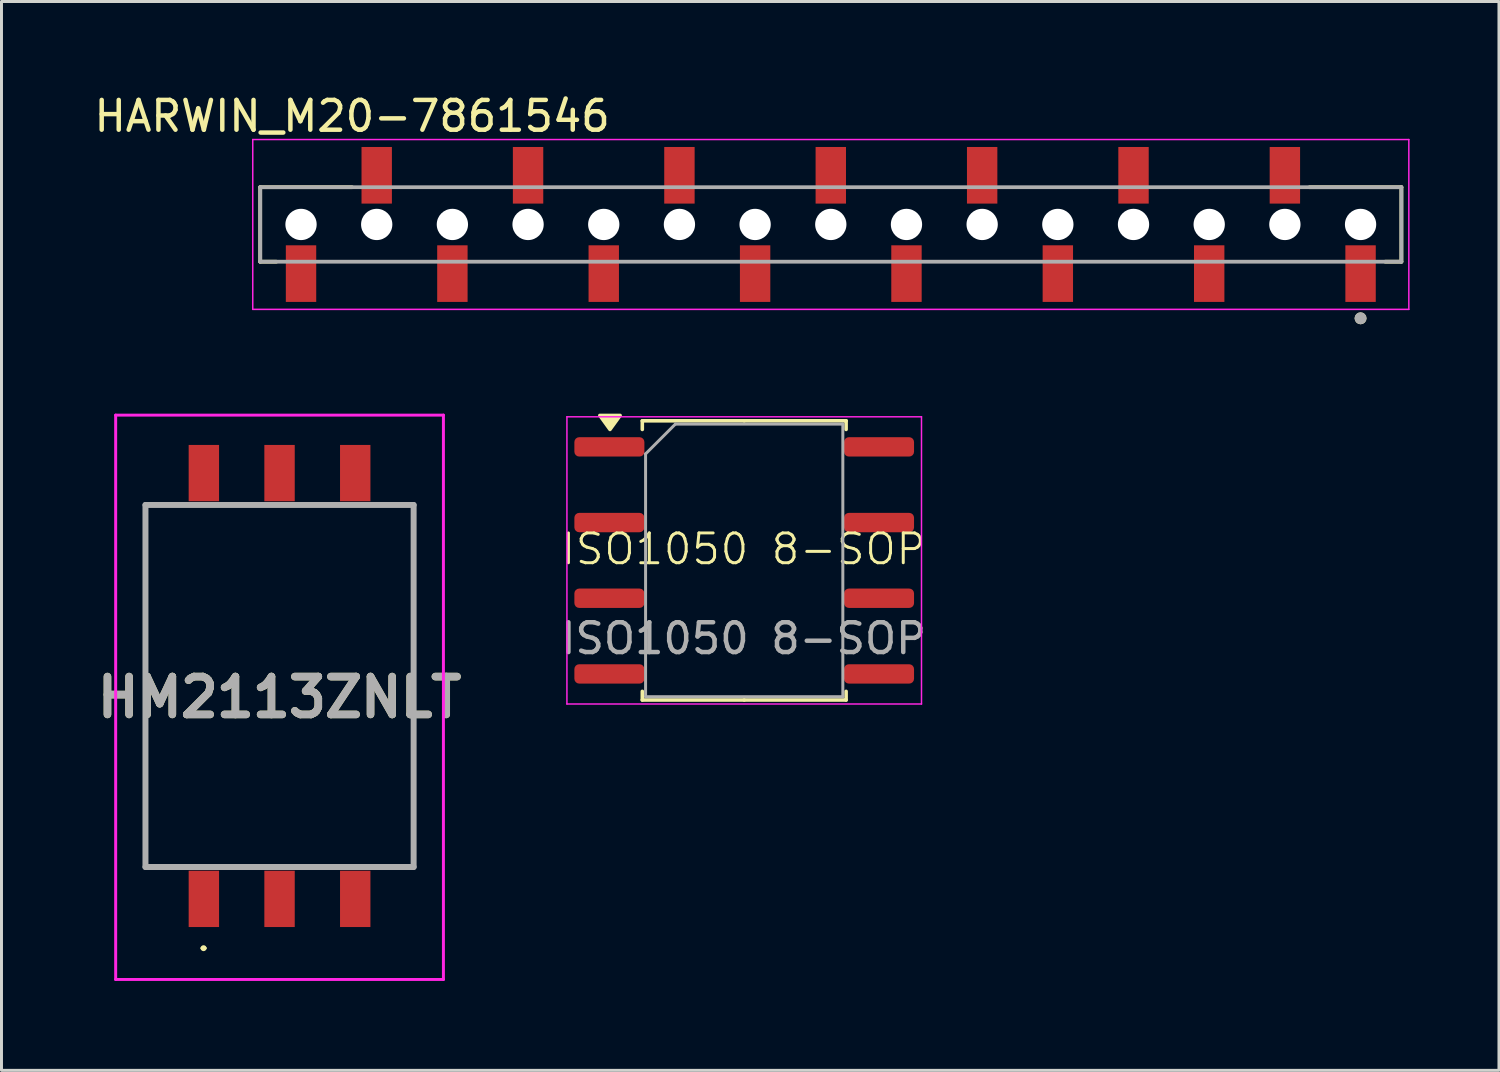
<source format=kicad_pcb>
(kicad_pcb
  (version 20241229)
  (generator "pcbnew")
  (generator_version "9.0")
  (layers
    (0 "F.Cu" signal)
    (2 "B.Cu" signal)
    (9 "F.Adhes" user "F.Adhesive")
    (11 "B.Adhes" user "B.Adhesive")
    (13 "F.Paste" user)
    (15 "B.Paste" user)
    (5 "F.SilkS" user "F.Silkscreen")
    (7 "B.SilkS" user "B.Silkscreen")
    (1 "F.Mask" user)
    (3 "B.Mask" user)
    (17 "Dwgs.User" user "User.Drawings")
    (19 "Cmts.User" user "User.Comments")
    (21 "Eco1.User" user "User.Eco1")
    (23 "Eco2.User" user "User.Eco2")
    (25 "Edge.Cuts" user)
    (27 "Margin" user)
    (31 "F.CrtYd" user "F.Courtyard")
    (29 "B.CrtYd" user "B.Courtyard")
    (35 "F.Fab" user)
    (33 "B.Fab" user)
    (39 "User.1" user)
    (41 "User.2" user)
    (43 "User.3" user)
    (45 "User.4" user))
  (footprint "ISO1050 8-SOP"
    (layer "F.Cu")
    (at 21.908 15.879)
    (property "Reference" "ISO1050 8-SOP" (at 0 -0.5 0) (unlocked yes) (layer "F.SilkS") (effects (font (size 1 1) (thickness 0.1))))
    (attr smd)
    (fp_line (start -3.401 -4.806) (end -3.401 -4.516) (stroke (width 0.12) (type solid)) (layer "F.SilkS"))
    (fp_line (start -3.401 4.564) (end -3.401 4.274) (stroke (width 0.12) (type solid)) (layer "F.SilkS"))
    (fp_line (start 0.019 -4.806) (end -3.401 -4.806) (stroke (width 0.12) (type solid)) (layer "F.SilkS"))
    (fp_line (start 0.019 -4.806) (end 3.439 -4.806) (stroke (width 0.12) (type solid)) (layer "F.SilkS"))
    (fp_line (start 0.019 4.564) (end -3.401 4.564) (stroke (width 0.12) (type solid)) (layer "F.SilkS"))
    (fp_line (start 0.019 4.564) (end 3.439 4.564) (stroke (width 0.12) (type solid)) (layer "F.SilkS"))
    (fp_line (start 3.439 -4.806) (end 3.439 -4.516) (stroke (width 0.12) (type solid)) (layer "F.SilkS"))
    (fp_line (start 3.439 4.564) (end 3.439 4.274) (stroke (width 0.12) (type solid)) (layer "F.SilkS"))
    (fp_poly (pts (xy -4.486 -4.516) (xy -4.826 -4.986) (xy -4.146 -4.986) (xy -4.486 -4.516)) (stroke (width 0.12) (type solid)) (fill yes) (layer "F.SilkS"))
    (fp_line (start -5.931 -4.941) (end -5.931 4.699) (stroke (width 0.05) (type solid)) (layer "F.CrtYd"))
    (fp_line (start -5.931 4.699) (end 5.969 4.699) (stroke (width 0.05) (type solid)) (layer "F.CrtYd"))
    (fp_line (start 5.969 -4.941) (end -5.931 -4.941) (stroke (width 0.05) (type solid)) (layer "F.CrtYd"))
    (fp_line (start 5.969 4.699) (end 5.969 -4.941) (stroke (width 0.05) (type solid)) (layer "F.CrtYd"))
    (fp_line (start -3.291 -3.696) (end -2.291 -4.696) (stroke (width 0.1) (type solid)) (layer "F.Fab"))
    (fp_line (start -3.291 4.454) (end -3.291 -3.696) (stroke (width 0.1) (type solid)) (layer "F.Fab"))
    (fp_line (start -2.291 -4.696) (end 3.329 -4.696) (stroke (width 0.1) (type solid)) (layer "F.Fab"))
    (fp_line (start 3.329 -4.696) (end 3.329 4.454) (stroke (width 0.1) (type solid)) (layer "F.Fab"))
    (fp_line (start 3.329 4.454) (end -3.291 4.454) (stroke (width 0.1) (type solid)) (layer "F.Fab"))
    (fp_text user "${REFERENCE}" (at 0 2.5 0) (unlocked yes) (layer "F.Fab") (effects (font (size 1 1) (thickness 0.15))))
    (pad "1" smd roundrect (at -4.506 -3.931) (size 2.35 0.65) (layers "F.Cu" "F.Mask" "F.Paste") (roundrect_rratio 0.25))
    (pad "2" smd roundrect (at -4.506 -1.391) (size 2.35 0.65) (layers "F.Cu" "F.Mask" "F.Paste") (roundrect_rratio 0.25))
    (pad "3" smd roundrect (at -4.506 1.149) (size 2.35 0.65) (layers "F.Cu" "F.Mask" "F.Paste") (roundrect_rratio 0.25))
    (pad "4" smd roundrect (at -4.506 3.689) (size 2.35 0.65) (layers "F.Cu" "F.Mask" "F.Paste") (roundrect_rratio 0.25))
    (pad "5" smd roundrect (at 4.544 3.689) (size 2.35 0.65) (layers "F.Cu" "F.Mask" "F.Paste") (roundrect_rratio 0.25))
    (pad "6" smd roundrect (at 4.544 1.149) (size 2.35 0.65) (layers "F.Cu" "F.Mask" "F.Paste") (roundrect_rratio 0.25))
    (pad "7" smd roundrect (at 4.544 -1.391) (size 2.35 0.65) (layers "F.Cu" "F.Mask" "F.Paste") (roundrect_rratio 0.25))
    (pad "8" smd roundrect (at 4.544 -3.931) (size 2.35 0.65) (layers "F.Cu" "F.Mask" "F.Paste") (roundrect_rratio 0.25))
    (zone (net_name "") (layers "F.Cu" "B.Cu") (name "ISO1050 NoTrace Zone") (hatch full 0.5) (connect_pads) (min_thickness 0.25) (filled_areas_thickness no) (keepout (tracks not_allowed) (vias not_allowed) (pads not_allowed) (copperpour not_allowed) (footprints not_allowed)) (placement (enabled no)) (fill) (polygon (pts (xy 18.507 11.073) (xy 25.347 11.073) (xy 25.347 20.443) (xy 18.507 20.443)))))
  (footprint "HARWIN_M20-7861546"
    (layer "F.Cu")
    (at 24.833 4.483)
    (property "Reference" "HARWIN_M20-7861546" (at -16.065 -3.635 0) (layer "F.SilkS") (effects (font (size 1 1) (thickness 0.15))))
    (attr smd)
    (fp_line (start -19.15 -1.25) (end -16.07 -1.25) (stroke (width 0.127) (type solid)) (layer "F.SilkS"))
    (fp_line (start -19.15 1.25) (end -19.15 -1.25) (stroke (width 0.127) (type solid)) (layer "F.SilkS"))
    (fp_line (start -18.61 1.25) (end -19.15 1.25) (stroke (width 0.127) (type solid)) (layer "F.SilkS"))
    (fp_line (start 16.07 -1.25) (end 19.15 -1.25) (stroke (width 0.127) (type solid)) (layer "F.SilkS"))
    (fp_line (start 19.15 -1.25) (end 19.15 1.25) (stroke (width 0.127) (type solid)) (layer "F.SilkS"))
    (fp_line (start 19.15 1.25) (end 18.61 1.25) (stroke (width 0.127) (type solid)) (layer "F.SilkS"))
    (fp_circle (center 17.78 3.15) (end 17.88 3.15) (stroke (width 0.2) (type solid)) (fill no) (layer "F.SilkS"))
    (fp_line (start -19.4 -2.85) (end 19.4 -2.85) (stroke (width 0.05) (type solid)) (layer "F.CrtYd"))
    (fp_line (start -19.4 2.85) (end -19.4 -2.85) (stroke (width 0.05) (type solid)) (layer "F.CrtYd"))
    (fp_line (start 19.4 -2.85) (end 19.4 2.85) (stroke (width 0.05) (type solid)) (layer "F.CrtYd"))
    (fp_line (start 19.4 2.85) (end -19.4 2.85) (stroke (width 0.05) (type solid)) (layer "F.CrtYd"))
    (fp_line (start -19.15 -1.25) (end 19.15 -1.25) (stroke (width 0.127) (type solid)) (layer "F.Fab"))
    (fp_line (start -19.15 1.25) (end -19.15 -1.25) (stroke (width 0.127) (type solid)) (layer "F.Fab"))
    (fp_line (start 19.15 -1.25) (end 19.15 1.25) (stroke (width 0.127) (type solid)) (layer "F.Fab"))
    (fp_line (start 19.15 1.25) (end -19.15 1.25) (stroke (width 0.127) (type solid)) (layer "F.Fab"))
    (fp_circle (center 17.78 3.15) (end 17.88 3.15) (stroke (width 0.2) (type solid)) (fill no) (layer "F.Fab"))
    (pad "" np_thru_hole circle (at -17.78 0) (size 1.05 1.05) (drill 1.05) (layers "*.Cu" "*.Mask"))
    (pad "" np_thru_hole circle (at -15.24 0) (size 1.05 1.05) (drill 1.05) (layers "*.Cu" "*.Mask"))
    (pad "" np_thru_hole circle (at -12.7 0) (size 1.05 1.05) (drill 1.05) (layers "*.Cu" "*.Mask"))
    (pad "" np_thru_hole circle (at -10.16 0) (size 1.05 1.05) (drill 1.05) (layers "*.Cu" "*.Mask"))
    (pad "" np_thru_hole circle (at -7.62 0) (size 1.05 1.05) (drill 1.05) (layers "*.Cu" "*.Mask"))
    (pad "" np_thru_hole circle (at -5.08 0) (size 1.05 1.05) (drill 1.05) (layers "*.Cu" "*.Mask"))
    (pad "" np_thru_hole circle (at -2.54 0) (size 1.05 1.05) (drill 1.05) (layers "*.Cu" "*.Mask"))
    (pad "" np_thru_hole circle (at 0 0) (size 1.05 1.05) (drill 1.05) (layers "*.Cu" "*.Mask"))
    (pad "" np_thru_hole circle (at 2.54 0) (size 1.05 1.05) (drill 1.05) (layers "*.Cu" "*.Mask"))
    (pad "" np_thru_hole circle (at 5.08 0) (size 1.05 1.05) (drill 1.05) (layers "*.Cu" "*.Mask"))
    (pad "" np_thru_hole circle (at 7.62 0) (size 1.05 1.05) (drill 1.05) (layers "*.Cu" "*.Mask"))
    (pad "" np_thru_hole circle (at 10.16 0) (size 1.05 1.05) (drill 1.05) (layers "*.Cu" "*.Mask"))
    (pad "" np_thru_hole circle (at 12.7 0) (size 1.05 1.05) (drill 1.05) (layers "*.Cu" "*.Mask"))
    (pad "" np_thru_hole circle (at 15.24 0) (size 1.05 1.05) (drill 1.05) (layers "*.Cu" "*.Mask"))
    (pad "" np_thru_hole circle (at 17.78 0) (size 1.05 1.05) (drill 1.05) (layers "*.Cu" "*.Mask"))
    (pad "1" smd rect (at 17.78 1.65) (size 1.02 1.9) (layers "F.Cu" "F.Mask" "F.Paste"))
    (pad "2" smd rect (at 15.24 -1.65) (size 1.02 1.9) (layers "F.Cu" "F.Mask" "F.Paste"))
    (pad "3" smd rect (at 12.7 1.65) (size 1.02 1.9) (layers "F.Cu" "F.Mask" "F.Paste"))
    (pad "4" smd rect (at 10.16 -1.65) (size 1.02 1.9) (layers "F.Cu" "F.Mask" "F.Paste"))
    (pad "5" smd rect (at 7.62 1.65) (size 1.02 1.9) (layers "F.Cu" "F.Mask" "F.Paste"))
    (pad "6" smd rect (at 5.08 -1.65) (size 1.02 1.9) (layers "F.Cu" "F.Mask" "F.Paste"))
    (pad "7" smd rect (at 2.54 1.65) (size 1.02 1.9) (layers "F.Cu" "F.Mask" "F.Paste"))
    (pad "8" smd rect (at 0 -1.65) (size 1.02 1.9) (layers "F.Cu" "F.Mask" "F.Paste"))
    (pad "9" smd rect (at -2.54 1.65) (size 1.02 1.9) (layers "F.Cu" "F.Mask" "F.Paste"))
    (pad "10" smd rect (at -5.08 -1.65) (size 1.02 1.9) (layers "F.Cu" "F.Mask" "F.Paste"))
    (pad "11" smd rect (at -7.62 1.65) (size 1.02 1.9) (layers "F.Cu" "F.Mask" "F.Paste"))
    (pad "12" smd rect (at -10.16 -1.65) (size 1.02 1.9) (layers "F.Cu" "F.Mask" "F.Paste"))
    (pad "13" smd rect (at -12.7 1.65) (size 1.02 1.9) (layers "F.Cu" "F.Mask" "F.Paste"))
    (pad "14" smd rect (at -15.24 -1.65) (size 1.02 1.9) (layers "F.Cu" "F.Mask" "F.Paste"))
    (pad "15" smd rect (at -17.78 1.65) (size 1.02 1.9) (layers "F.Cu" "F.Mask" "F.Paste")))
  (footprint "HM2113ZNLT"
    (layer "F.Cu")
    (at 6.332 19.973)
    (property "Reference" "HM2113ZNLT" (at 0 0.38 0) (layer "F.SilkS") (effects (font (size 1.27 1.27) (thickness 0.254))))
    (attr smd)
    (fp_line (start -4.5 -6.075) (end -4.5 6.075) (stroke (width 0.1) (type solid)) (layer "F.SilkS"))
    (fp_line (start -4.5 6.075) (end -3.5 6.075) (stroke (width 0.1) (type solid)) (layer "F.SilkS"))
    (fp_line (start -3.5 -6.075) (end -4.5 -6.075) (stroke (width 0.1) (type solid)) (layer "F.SilkS"))
    (fp_line (start -2.6 8.8) (end -2.6 8.8) (stroke (width 0.1) (type solid)) (layer "F.SilkS"))
    (fp_line (start -2.5 8.8) (end -2.5 8.8) (stroke (width 0.1) (type solid)) (layer "F.SilkS"))
    (fp_line (start 3.5 -6.075) (end 4.5 -6.075) (stroke (width 0.1) (type solid)) (layer "F.SilkS"))
    (fp_line (start 4.5 -6.075) (end 4.5 5) (stroke (width 0.1) (type solid)) (layer "F.SilkS"))
    (fp_line (start 4.5 5) (end 4.5 6.075) (stroke (width 0.1) (type solid)) (layer "F.SilkS"))
    (fp_line (start 4.5 6.075) (end 3.5 6.075) (stroke (width 0.1) (type solid)) (layer "F.SilkS"))
    (fp_arc (start -2.6 8.8) (mid -2.55 8.75) (end -2.5 8.8) (stroke (width 0.1) (type solid)) (layer "F.SilkS"))
    (fp_arc (start -2.5 8.8) (mid -2.55 8.85) (end -2.6 8.8) (stroke (width 0.1) (type solid)) (layer "F.SilkS"))
    (fp_line (start -5.5 -9.09) (end 5.5 -9.09) (stroke (width 0.1) (type solid)) (layer "F.CrtYd"))
    (fp_line (start -5.5 9.85) (end -5.5 -9.09) (stroke (width 0.1) (type solid)) (layer "F.CrtYd"))
    (fp_line (start 5.5 -9.09) (end 5.5 9.85) (stroke (width 0.1) (type solid)) (layer "F.CrtYd"))
    (fp_line (start 5.5 9.85) (end -5.5 9.85) (stroke (width 0.1) (type solid)) (layer "F.CrtYd"))
    (fp_line (start -4.5 -6.075) (end 4.5 -6.075) (stroke (width 0.2) (type solid)) (layer "F.Fab"))
    (fp_line (start -4.5 6.075) (end -4.5 -6.075) (stroke (width 0.2) (type solid)) (layer "F.Fab"))
    (fp_line (start 4.5 -6.075) (end 4.5 6.075) (stroke (width 0.2) (type solid)) (layer "F.Fab"))
    (fp_line (start 4.5 6.075) (end -4.5 6.075) (stroke (width 0.2) (type solid)) (layer "F.Fab"))
    (fp_text user "${REFERENCE}" (at 0 0.38 0) (layer "F.Fab") (effects (font (size 1.27 1.27) (thickness 0.254))))
    (pad "1" smd rect (at -2.54 7.145) (size 1.02 1.89) (layers "F.Cu" "F.Mask" "F.Paste"))
    (pad "2" smd rect (at 0 7.145) (size 1.02 1.89) (layers "F.Cu" "F.Mask" "F.Paste"))
    (pad "3" smd rect (at 2.54 7.145) (size 1.02 1.89) (layers "F.Cu" "F.Mask" "F.Paste"))
    (pad "4" smd rect (at 2.54 -7.145) (size 1.02 1.89) (layers "F.Cu" "F.Mask" "F.Paste"))
    (pad "5" smd rect (at 0 -7.145) (size 1.02 1.89) (layers "F.Cu" "F.Mask" "F.Paste"))
    (pad "6" smd rect (at -2.54 -7.145) (size 1.02 1.89) (layers "F.Cu" "F.Mask" "F.Paste")))
  (gr_rect
    (start -3 -3)
    (end 47.258 32.873)
    (stroke (width 0.1) (type default))
    (fill no)
    (layer "Edge.Cuts")))
</source>
